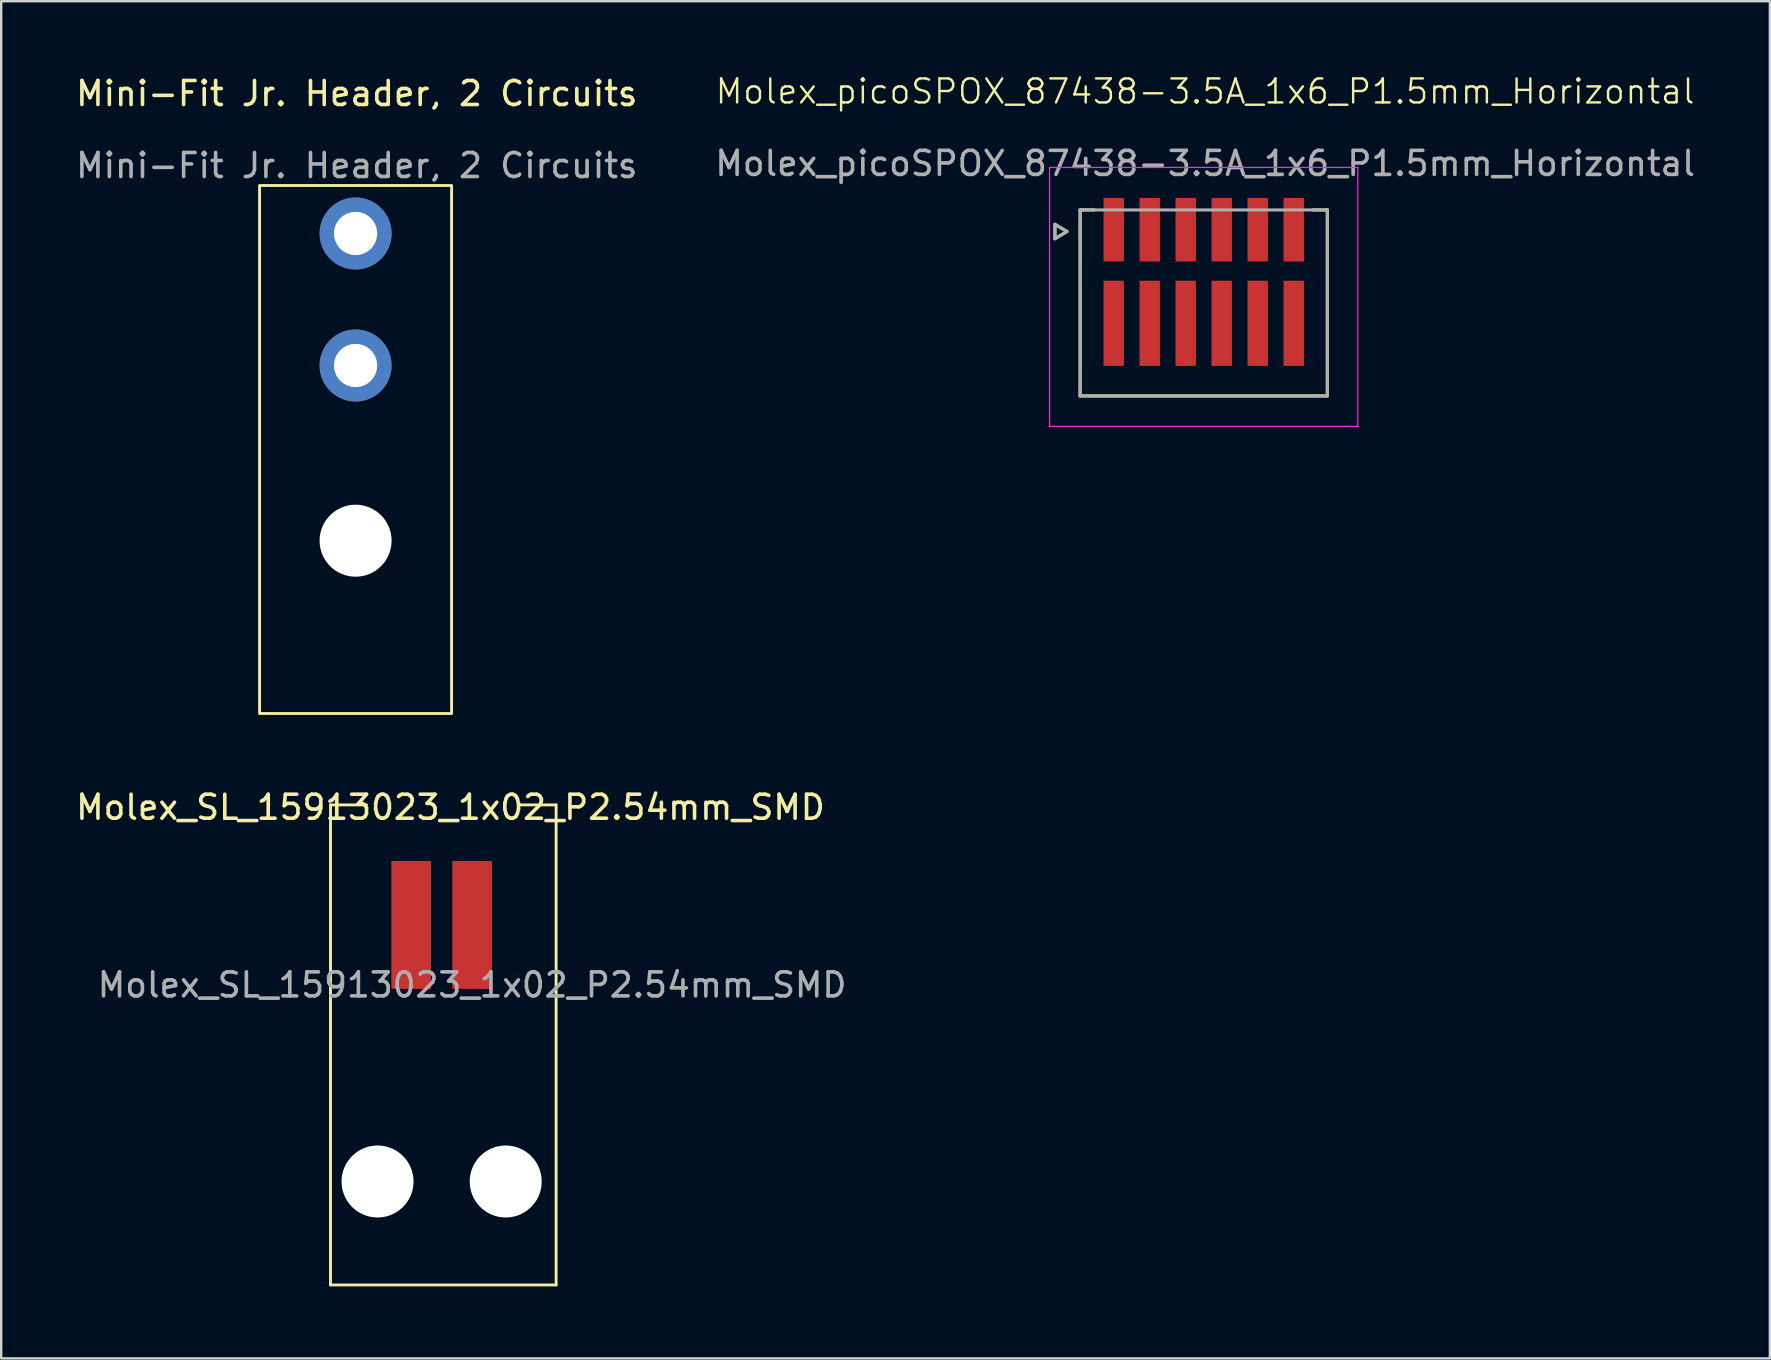
<source format=kicad_pcb>
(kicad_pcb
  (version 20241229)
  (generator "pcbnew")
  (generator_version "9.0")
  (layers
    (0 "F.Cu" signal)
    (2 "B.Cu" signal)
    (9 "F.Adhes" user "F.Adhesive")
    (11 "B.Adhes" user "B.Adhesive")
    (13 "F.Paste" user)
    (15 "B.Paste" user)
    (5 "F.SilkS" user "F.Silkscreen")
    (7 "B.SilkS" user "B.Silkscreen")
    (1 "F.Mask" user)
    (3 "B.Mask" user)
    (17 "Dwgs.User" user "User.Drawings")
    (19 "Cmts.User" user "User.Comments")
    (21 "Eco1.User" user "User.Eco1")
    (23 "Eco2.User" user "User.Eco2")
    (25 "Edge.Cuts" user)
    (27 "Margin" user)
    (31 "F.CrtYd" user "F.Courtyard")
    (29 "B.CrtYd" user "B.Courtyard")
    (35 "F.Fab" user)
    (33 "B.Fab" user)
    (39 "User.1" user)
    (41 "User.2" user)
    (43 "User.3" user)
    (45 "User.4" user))
  (footprint "Mini-Fit Jr. Header, 2 Circuits"
    (layer "F.Cu")
    (at 11.765 6.678)
    (property "Reference" "Mini-Fit Jr. Header, 2 Circuits" (at 0.05 -5.83 0) (unlocked yes) (layer "F.SilkS") (effects (font (size 1 1) (thickness 0.15))))
    (attr through_hole)
    (fp_rect (start -4 -2) (end 4 20) (stroke (width 0.12) (type solid)) (fill no) (layer "F.SilkS"))
    (fp_text user "${REFERENCE}" (at 0.05 -2.83 0) (unlocked yes) (layer "F.Fab") (effects (font (size 1 1) (thickness 0.15))))
    (pad "" np_thru_hole circle (at 0 12.8) (size 3 3) (drill 3) (layers "*.Cu" "*.Mask"))
    (pad "1" thru_hole circle (at 0 0) (size 3 3) (drill 1.8) (layers "*.Cu" "*.Mask"))
    (pad "2" thru_hole circle (at 0 5.5) (size 3 3) (drill 1.8) (layers "*.Cu" "*.Mask")))
  (footprint "Molex_picoSPOX_87438-3.5A_1x6_P1.5mm_Horizontal"
    (layer "F.Cu")
    (at 47.161 1.26)
    (property "Reference" "Molex_picoSPOX_87438-3.5A_1x6_P1.5mm_Horizontal" (at 0 -0.5 0) (unlocked yes) (layer "F.SilkS") (effects (font (size 1 1) (thickness 0.1))))
    (attr smd)
    (fp_poly (pts (xy -4.31 3.86) (xy -3.308 3.86) (xy -3.308 6.662) (xy -4.31 6.662)) (stroke (width 0.01) (type solid)) (fill yes) (layer "F.Mask"))
    (fp_poly (pts (xy -4.31 7.31) (xy -3.308 7.31) (xy -3.308 11.012) (xy -4.31 11.012)) (stroke (width 0.01) (type solid)) (fill yes) (layer "F.Mask"))
    (fp_poly (pts (xy -2.81 3.86) (xy -1.808 3.86) (xy -1.808 6.662) (xy -2.81 6.662)) (stroke (width 0.01) (type solid)) (fill yes) (layer "F.Mask"))
    (fp_poly (pts (xy -2.81 7.31) (xy -1.808 7.31) (xy -1.808 11.012) (xy -2.81 11.012)) (stroke (width 0.01) (type solid)) (fill yes) (layer "F.Mask"))
    (fp_poly (pts (xy -1.31 3.86) (xy -0.308 3.86) (xy -0.308 6.662) (xy -1.31 6.662)) (stroke (width 0.01) (type solid)) (fill yes) (layer "F.Mask"))
    (fp_poly (pts (xy -1.31 7.31) (xy -0.308 7.31) (xy -0.308 11.012) (xy -1.31 11.012)) (stroke (width 0.01) (type solid)) (fill yes) (layer "F.Mask"))
    (fp_poly (pts (xy 0.19 3.86) (xy 1.192 3.86) (xy 1.192 6.662) (xy 0.19 6.662)) (stroke (width 0.01) (type solid)) (fill yes) (layer "F.Mask"))
    (fp_poly (pts (xy 0.19 7.31) (xy 1.192 7.31) (xy 1.192 11.012) (xy 0.19 11.012)) (stroke (width 0.01) (type solid)) (fill yes) (layer "F.Mask"))
    (fp_poly (pts (xy 1.69 3.86) (xy 2.692 3.86) (xy 2.692 6.662) (xy 1.69 6.662)) (stroke (width 0.01) (type solid)) (fill yes) (layer "F.Mask"))
    (fp_poly (pts (xy 1.69 7.31) (xy 2.692 7.31) (xy 2.692 11.012) (xy 1.69 11.012)) (stroke (width 0.01) (type solid)) (fill yes) (layer "F.Mask"))
    (fp_poly (pts (xy 3.19 3.86) (xy 4.192 3.86) (xy 4.192 6.662) (xy 3.19 6.662)) (stroke (width 0.01) (type solid)) (fill yes) (layer "F.Mask"))
    (fp_poly (pts (xy 3.19 7.31) (xy 4.192 7.31) (xy 4.192 11.012) (xy 3.19 11.012)) (stroke (width 0.01) (type solid)) (fill yes) (layer "F.Mask"))
    (fp_line (start -6.259 5.036) (end -6.259 5.636) (stroke (width 0.127) (type solid)) (layer "F.SilkS"))
    (fp_line (start -6.259 5.636) (end -5.759 5.336) (stroke (width 0.127) (type solid)) (layer "F.SilkS"))
    (fp_line (start -5.759 5.336) (end -6.259 5.036) (stroke (width 0.127) (type solid)) (layer "F.SilkS"))
    (fp_line (start -5.209 12.186) (end -5.209 4.436) (stroke (width 0.127) (type solid)) (layer "F.SilkS"))
    (fp_line (start -5.209 12.186) (end 5.091 12.186) (stroke (width 0.127) (type solid)) (layer "F.SilkS"))
    (fp_line (start -4.609 4.436) (end -5.209 4.436) (stroke (width 0.127) (type solid)) (layer "F.SilkS"))
    (fp_line (start 5.091 4.436) (end 4.491 4.436) (stroke (width 0.127) (type solid)) (layer "F.SilkS"))
    (fp_line (start 5.091 12.186) (end 5.091 4.436) (stroke (width 0.127) (type solid)) (layer "F.SilkS"))
    (fp_line (start -6.479 2.666) (end 6.361 2.666) (stroke (width 0.05) (type solid)) (layer "F.CrtYd"))
    (fp_line (start -6.479 13.456) (end -6.479 2.666) (stroke (width 0.05) (type solid)) (layer "F.CrtYd"))
    (fp_line (start 6.361 2.666) (end 6.361 13.456) (stroke (width 0.05) (type solid)) (layer "F.CrtYd"))
    (fp_line (start 6.361 13.456) (end -6.479 13.456) (stroke (width 0.05) (type solid)) (layer "F.CrtYd"))
    (fp_line (start -6.259 5.036) (end -5.759 5.336) (stroke (width 0.127) (type solid)) (layer "F.Fab"))
    (fp_line (start -6.259 5.636) (end -6.259 5.036) (stroke (width 0.127) (type solid)) (layer "F.Fab"))
    (fp_line (start -5.759 5.336) (end -6.259 5.636) (stroke (width 0.127) (type solid)) (layer "F.Fab"))
    (fp_line (start -5.209 4.436) (end 5.091 4.436) (stroke (width 0.127) (type solid)) (layer "F.Fab"))
    (fp_line (start -5.209 12.186) (end -5.209 4.436) (stroke (width 0.127) (type solid)) (layer "F.Fab"))
    (fp_line (start 5.091 4.436) (end 5.091 12.186) (stroke (width 0.127) (type solid)) (layer "F.Fab"))
    (fp_line (start 5.091 12.186) (end -5.209 12.186) (stroke (width 0.127) (type solid)) (layer "F.Fab"))
    (fp_text user "${REFERENCE}" (at 0 2.5 0) (unlocked yes) (layer "F.Fab") (effects (font (size 1 1) (thickness 0.15))))
    (pad "1" smd rect (at -3.809 5.261) (size 0.85 2.65) (layers "F.Cu" "F.Paste"))
    (pad "1" smd rect (at -3.809 9.161) (size 0.85 3.55) (layers "F.Cu" "F.Paste"))
    (pad "2" smd rect (at -2.309 5.261) (size 0.85 2.65) (layers "F.Cu" "F.Paste"))
    (pad "2" smd rect (at -2.309 9.161) (size 0.85 3.55) (layers "F.Cu" "F.Paste"))
    (pad "3" smd rect (at -0.809 5.261) (size 0.85 2.65) (layers "F.Cu" "F.Paste"))
    (pad "3" smd rect (at -0.809 9.161) (size 0.85 3.55) (layers "F.Cu" "F.Paste"))
    (pad "4" smd rect (at 0.691 5.261) (size 0.85 2.65) (layers "F.Cu" "F.Paste"))
    (pad "4" smd rect (at 0.691 9.161) (size 0.85 3.55) (layers "F.Cu" "F.Paste"))
    (pad "5" smd rect (at 2.191 5.261) (size 0.85 2.65) (layers "F.Cu" "F.Paste"))
    (pad "5" smd rect (at 2.191 9.161) (size 0.85 3.55) (layers "F.Cu" "F.Paste"))
    (pad "6" smd rect (at 3.691 5.261) (size 0.85 2.65) (layers "F.Cu" "F.Paste"))
    (pad "6" smd rect (at 3.691 9.161) (size 0.85 3.55) (layers "F.Cu" "F.Paste"))
    (zone (net_name "") (layer "F.Cu") (hatch full 0.508) (connect_pads) (min_thickness 0.01) (filled_areas_thickness no) (keepout (tracks not_allowed) (vias not_allowed) (pads not_allowed) (copperpour not_allowed) (footprints allowed)) (placement (enabled no)) (fill) (polygon (pts (xy 42.927 7.847) (xy 43.777 7.847) (xy 43.777 8.647) (xy 42.927 8.647))))
    (zone (net_name "") (layer "F.Cu") (hatch full 0.508) (connect_pads) (min_thickness 0.01) (filled_areas_thickness no) (keepout (tracks not_allowed) (vias not_allowed) (pads not_allowed) (copperpour not_allowed) (footprints allowed)) (placement (enabled no)) (fill) (polygon (pts (xy 44.427 7.847) (xy 45.277 7.847) (xy 45.277 8.647) (xy 44.427 8.647))))
    (zone (net_name "") (layer "F.Cu") (hatch full 0.508) (connect_pads) (min_thickness 0.01) (filled_areas_thickness no) (keepout (tracks not_allowed) (vias not_allowed) (pads not_allowed) (copperpour not_allowed) (footprints allowed)) (placement (enabled no)) (fill) (polygon (pts (xy 45.927 7.847) (xy 46.777 7.847) (xy 46.777 8.647) (xy 45.927 8.647))))
    (zone (net_name "") (layer "F.Cu") (hatch full 0.508) (connect_pads) (min_thickness 0.01) (filled_areas_thickness no) (keepout (tracks not_allowed) (vias not_allowed) (pads not_allowed) (copperpour not_allowed) (footprints allowed)) (placement (enabled no)) (fill) (polygon (pts (xy 47.427 7.847) (xy 48.277 7.847) (xy 48.277 8.647) (xy 47.427 8.647))))
    (zone (net_name "") (layer "F.Cu") (hatch full 0.508) (connect_pads) (min_thickness 0.01) (filled_areas_thickness no) (keepout (tracks not_allowed) (vias not_allowed) (pads not_allowed) (copperpour not_allowed) (footprints allowed)) (placement (enabled no)) (fill) (polygon (pts (xy 48.927 7.847) (xy 49.777 7.847) (xy 49.777 8.647) (xy 48.927 8.647))))
    (zone (net_name "") (layer "F.Cu") (hatch full 0.508) (connect_pads) (min_thickness 0.01) (filled_areas_thickness no) (keepout (tracks not_allowed) (vias not_allowed) (pads not_allowed) (copperpour not_allowed) (footprints allowed)) (placement (enabled no)) (fill) (polygon (pts (xy 50.427 7.847) (xy 51.277 7.847) (xy 51.277 8.647) (xy 50.427 8.647)))))
  (footprint "Molex_SL_15913023_1x02_P2.54mm_SMD"
    (layer "F.Cu")
    (at 16.62 35.486)
    (property "Reference" "Molex_SL_15913023_1x02_P2.54mm_SMD" (at -0.9 -4.9 0) (unlocked yes) (layer "F.SilkS") (effects (font (size 1 1) (thickness 0.15))))
    (attr smd)
    (fp_line (start -5.9 -5) (end -5.9 15) (stroke (width 0.12) (type solid)) (layer "F.SilkS"))
    (fp_line (start -5.9 15) (end 3.5 15) (stroke (width 0.12) (type solid)) (layer "F.SilkS"))
    (fp_line (start -4.4 -5) (end -5.9 -5) (stroke (width 0.12) (type solid)) (layer "F.SilkS"))
    (fp_line (start 3.5 -5) (end 2 -5) (stroke (width 0.12) (type solid)) (layer "F.SilkS"))
    (fp_line (start 3.5 15) (end 3.5 -5) (stroke (width 0.12) (type solid)) (layer "F.SilkS"))
    (fp_text user "${REFERENCE}" (at 0 2.5 0) (unlocked yes) (layer "F.Fab") (effects (font (size 1 1) (thickness 0.15))))
    (pad "" np_thru_hole circle (at -3.94 10.69) (size 3 3) (drill 3.4) (layers "*.Cu" "*.Mask"))
    (pad "" np_thru_hole circle (at 1.4 10.69) (size 3 3) (drill 3.4) (layers "*.Cu" "*.Mask"))
    (pad "1" smd rect (at 0 0) (size 1.65 5.33) (layers "F.Cu" "F.Mask" "F.Paste"))
    (pad "2" smd rect (at -2.54 0) (size 1.65 5.33) (layers "F.Cu" "F.Mask" "F.Paste"))
    (zone (net_name "") (layers "F.Cu" "B.Cu" "F.SilkS") (hatch full 0.508) (connect_pads) (min_thickness 0.254) (filled_areas_thickness no) (keepout (tracks not_allowed) (vias not_allowed) (pads not_allowed) (copperpour allowed) (footprints allowed)) (placement (enabled no)) (fill) (polygon (pts (xy 20.12 50.486) (xy 10.72 50.486) (xy 10.62 38.886) (xy 20.12 38.886)))))
  (gr_rect
    (start -3 -3)
    (end 70.69 53.547)
    (stroke (width 0.1) (type default))
    (fill no)
    (layer "Edge.Cuts")))
</source>
